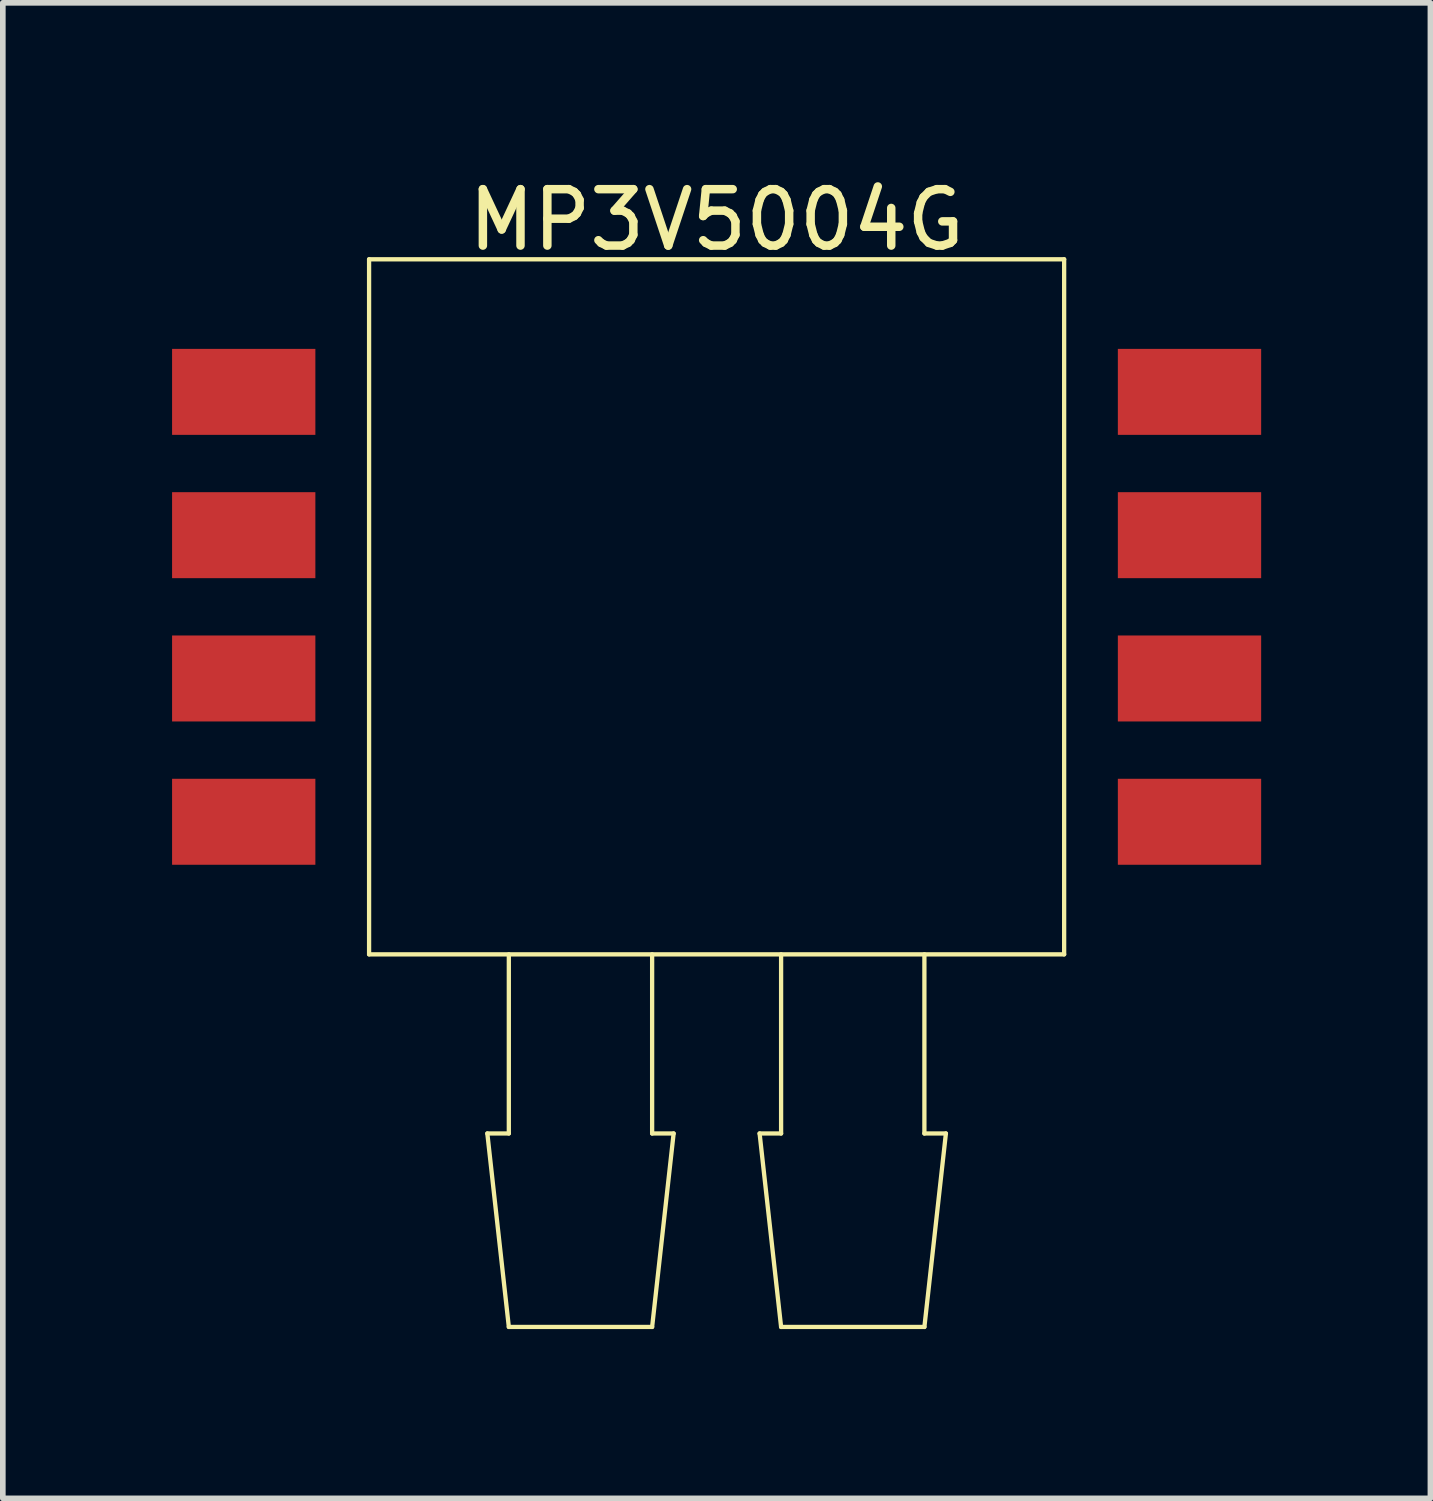
<source format=kicad_pcb>
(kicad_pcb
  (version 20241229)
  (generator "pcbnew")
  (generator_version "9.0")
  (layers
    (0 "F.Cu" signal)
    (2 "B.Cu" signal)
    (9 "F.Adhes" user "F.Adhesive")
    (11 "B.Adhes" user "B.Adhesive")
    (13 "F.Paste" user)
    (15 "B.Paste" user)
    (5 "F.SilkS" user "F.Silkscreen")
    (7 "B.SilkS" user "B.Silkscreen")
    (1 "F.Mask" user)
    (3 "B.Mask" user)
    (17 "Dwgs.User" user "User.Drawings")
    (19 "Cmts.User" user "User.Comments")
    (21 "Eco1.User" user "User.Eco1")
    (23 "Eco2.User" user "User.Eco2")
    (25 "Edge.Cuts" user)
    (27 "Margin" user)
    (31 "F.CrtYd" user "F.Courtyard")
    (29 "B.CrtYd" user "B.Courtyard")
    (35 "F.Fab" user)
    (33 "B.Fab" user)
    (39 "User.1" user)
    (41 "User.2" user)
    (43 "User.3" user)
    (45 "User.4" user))
  (footprint "MP3V5004G"
    (layer "F.Cu")
    (at 9.652 7.706)
    (property "Reference" "MP3V5004G" (at 0 -6.858 0) (layer "F.SilkS") (effects (font (size 1 1) (thickness 0.15))))
    (attr through_hole)
    (fp_line (start -6.16 -6.16) (end 6.16 -6.16) (stroke (width 0.076) (type solid)) (layer "F.SilkS"))
    (fp_line (start -6.16 6.16) (end -6.16 -6.16) (stroke (width 0.076) (type solid)) (layer "F.SilkS"))
    (fp_line (start -4.064 9.335) (end -3.683 9.335) (stroke (width 0.076) (type solid)) (layer "F.SilkS"))
    (fp_line (start -3.683 6.16) (end -3.683 9.335) (stroke (width 0.076) (type solid)) (layer "F.SilkS"))
    (fp_line (start -3.683 12.764) (end -4.064 9.335) (stroke (width 0.076) (type solid)) (layer "F.SilkS"))
    (fp_line (start -1.143 6.16) (end -1.143 9.335) (stroke (width 0.076) (type solid)) (layer "F.SilkS"))
    (fp_line (start -1.143 9.335) (end -0.762 9.335) (stroke (width 0.076) (type solid)) (layer "F.SilkS"))
    (fp_line (start -1.143 12.764) (end -3.683 12.764) (stroke (width 0.076) (type solid)) (layer "F.SilkS"))
    (fp_line (start -0.762 9.335) (end -1.143 12.764) (stroke (width 0.076) (type solid)) (layer "F.SilkS"))
    (fp_line (start 0.762 9.335) (end 1.143 9.335) (stroke (width 0.076) (type solid)) (layer "F.SilkS"))
    (fp_line (start 1.143 6.16) (end 1.143 9.335) (stroke (width 0.076) (type solid)) (layer "F.SilkS"))
    (fp_line (start 1.143 12.764) (end 0.762 9.335) (stroke (width 0.076) (type solid)) (layer "F.SilkS"))
    (fp_line (start 3.683 6.16) (end 3.683 9.335) (stroke (width 0.076) (type solid)) (layer "F.SilkS"))
    (fp_line (start 3.683 9.335) (end 4.064 9.335) (stroke (width 0.076) (type solid)) (layer "F.SilkS"))
    (fp_line (start 3.683 12.764) (end 1.143 12.764) (stroke (width 0.076) (type solid)) (layer "F.SilkS"))
    (fp_line (start 4.064 9.335) (end 3.683 12.764) (stroke (width 0.076) (type solid)) (layer "F.SilkS"))
    (fp_line (start 6.16 -6.16) (end 6.16 6.16) (stroke (width 0.076) (type solid)) (layer "F.SilkS"))
    (fp_line (start 6.16 6.16) (end -6.16 6.16) (stroke (width 0.076) (type solid)) (layer "F.SilkS"))
    (pad "1" smd rect (at 8.382 3.81) (size 2.54 1.524) (layers "F.Cu" "F.Mask" "F.Paste"))
    (pad "2" smd rect (at 8.382 1.27) (size 2.54 1.524) (layers "F.Cu" "F.Mask" "F.Paste"))
    (pad "3" smd rect (at 8.382 -1.27) (size 2.54 1.524) (layers "F.Cu" "F.Mask" "F.Paste"))
    (pad "4" smd rect (at 8.382 -3.81) (size 2.54 1.524) (layers "F.Cu" "F.Mask" "F.Paste"))
    (pad "5" smd rect (at -8.382 -3.81) (size 2.54 1.524) (layers "F.Cu" "F.Mask" "F.Paste"))
    (pad "6" smd rect (at -8.382 -1.27) (size 2.54 1.524) (layers "F.Cu" "F.Mask" "F.Paste"))
    (pad "7" smd rect (at -8.382 1.27) (size 2.54 1.524) (layers "F.Cu" "F.Mask" "F.Paste"))
    (pad "8" smd rect (at -8.382 3.81) (size 2.54 1.524) (layers "F.Cu" "F.Mask" "F.Paste")))
  (gr_rect
    (start -3 -3)
    (end 22.304 23.508)
    (stroke (width 0.1) (type default))
    (fill no)
    (layer "Edge.Cuts")))
</source>
